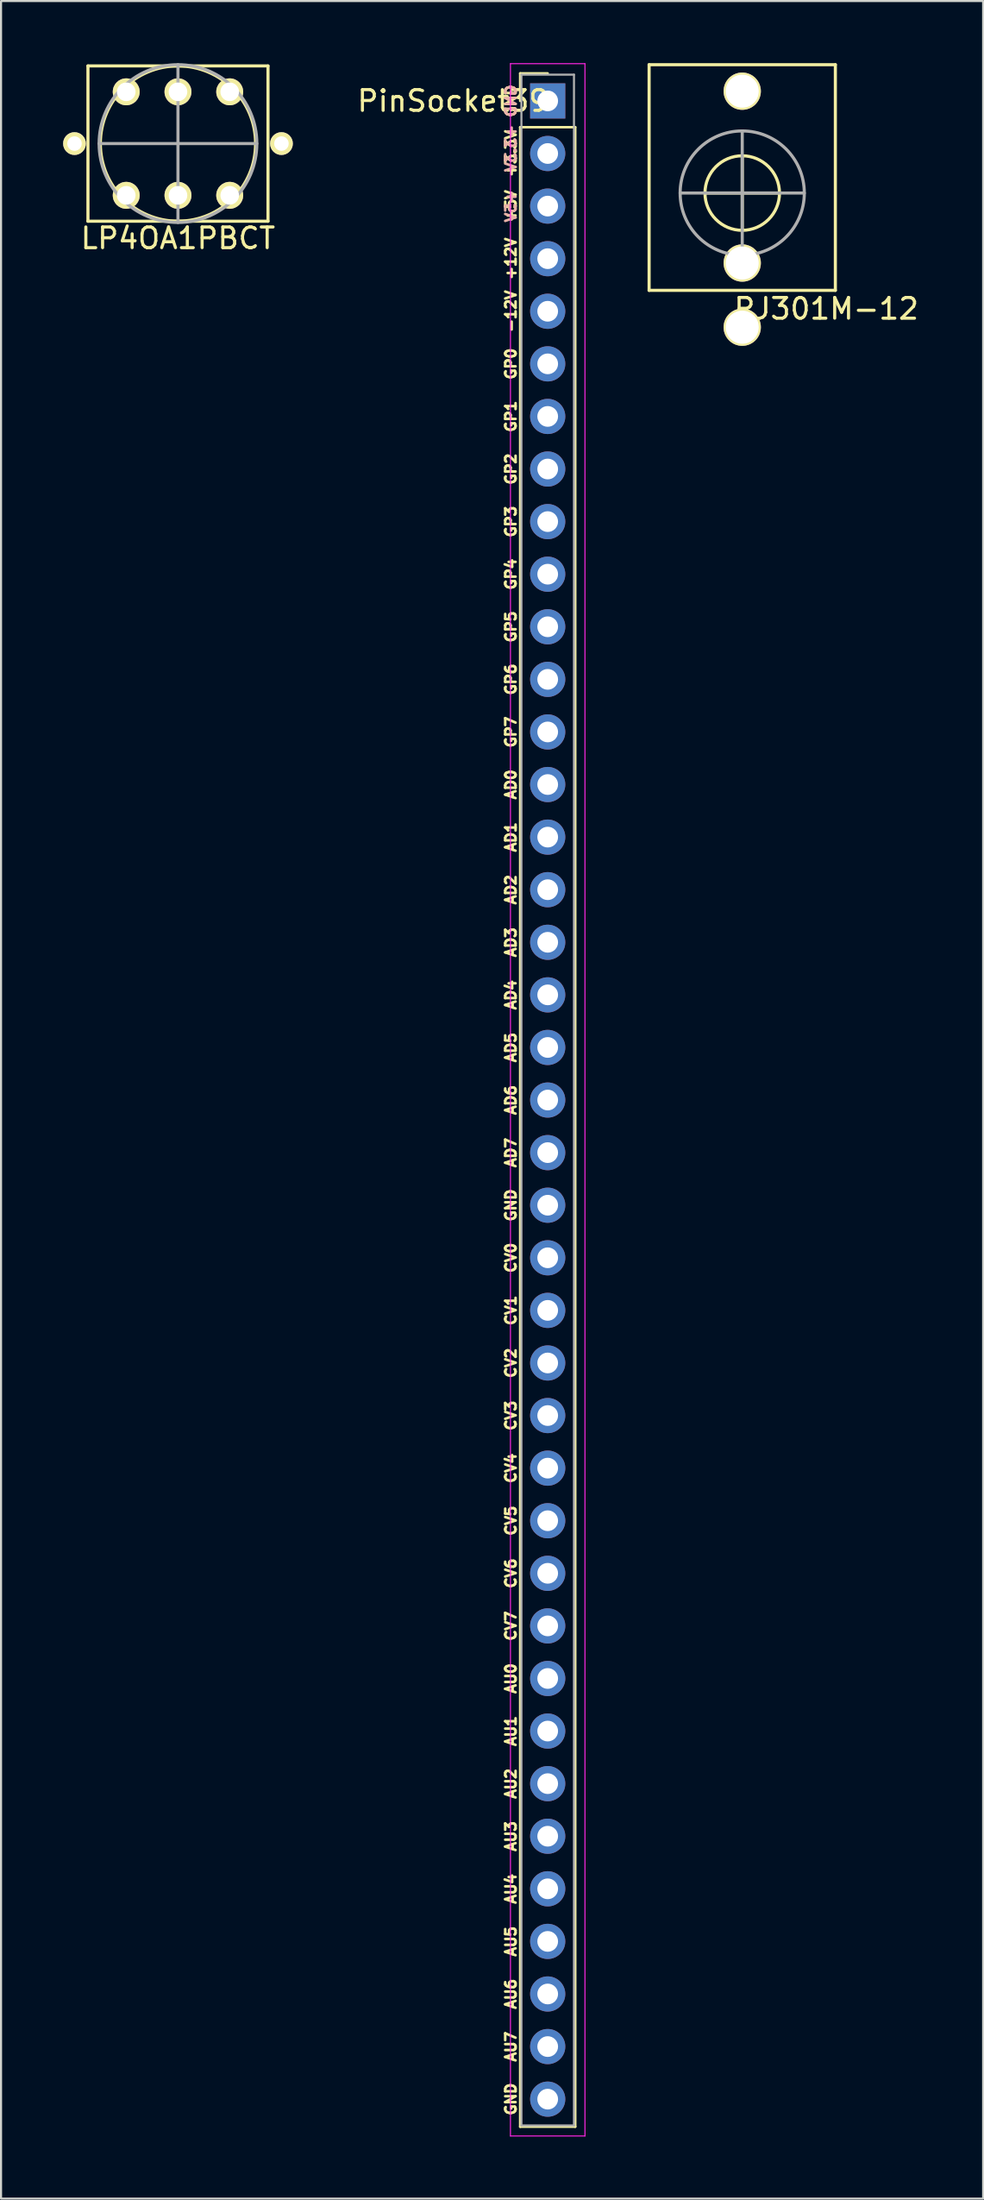
<source format=kicad_pcb>
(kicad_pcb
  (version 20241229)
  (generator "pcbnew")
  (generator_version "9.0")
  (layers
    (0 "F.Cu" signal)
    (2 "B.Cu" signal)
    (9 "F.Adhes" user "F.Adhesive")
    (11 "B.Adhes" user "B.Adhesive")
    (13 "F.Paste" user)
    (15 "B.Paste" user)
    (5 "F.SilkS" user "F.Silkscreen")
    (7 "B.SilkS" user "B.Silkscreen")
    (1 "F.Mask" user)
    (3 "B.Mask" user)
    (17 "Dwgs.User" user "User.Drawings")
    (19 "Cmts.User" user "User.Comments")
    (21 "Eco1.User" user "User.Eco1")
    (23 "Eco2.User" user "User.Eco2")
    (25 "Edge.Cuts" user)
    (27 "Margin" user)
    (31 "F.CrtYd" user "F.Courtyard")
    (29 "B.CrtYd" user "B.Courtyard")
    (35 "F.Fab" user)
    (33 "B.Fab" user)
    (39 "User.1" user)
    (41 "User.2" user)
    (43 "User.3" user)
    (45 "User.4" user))
  (footprint "PinSocket39"
    (layer "F.Cu")
    (at 23.416 1.825)
    (property "Reference" "PinSocket39" (at -4.572 0 0) (layer "F.SilkS") (effects (font (size 1 1) (thickness 0.15))))
    (attr through_hole)
    (fp_line (start -1.33 -1.33) (end 0 -1.33) (stroke (width 0.12) (type solid)) (layer "F.SilkS"))
    (fp_line (start -1.33 0) (end -1.33 -1.33) (stroke (width 0.12) (type solid)) (layer "F.SilkS"))
    (fp_line (start -1.33 1.27) (end -1.33 97.85) (stroke (width 0.12) (type solid)) (layer "F.SilkS"))
    (fp_line (start -1.33 97.85) (end 1.33 97.85) (stroke (width 0.12) (type solid)) (layer "F.SilkS"))
    (fp_line (start 1.33 1.27) (end -1.33 1.27) (stroke (width 0.12) (type solid)) (layer "F.SilkS"))
    (fp_line (start 1.33 97.85) (end 1.33 1.27) (stroke (width 0.12) (type solid)) (layer "F.SilkS"))
    (fp_line (start -1.8 -1.8) (end -1.8 98.3) (stroke (width 0.05) (type solid)) (layer "F.CrtYd"))
    (fp_line (start -1.8 98.3) (end 1.8 98.3) (stroke (width 0.05) (type solid)) (layer "F.CrtYd"))
    (fp_line (start 1.8 -1.8) (end -1.8 -1.8) (stroke (width 0.05) (type solid)) (layer "F.CrtYd"))
    (fp_line (start 1.8 98.3) (end 1.8 -1.8) (stroke (width 0.05) (type solid)) (layer "F.CrtYd"))
    (fp_line (start -1.27 -1.27) (end -1.27 97.79) (stroke (width 0.1) (type solid)) (layer "F.Fab"))
    (fp_line (start -1.27 97.79) (end 1.27 97.79) (stroke (width 0.1) (type solid)) (layer "F.Fab"))
    (fp_line (start 1.27 -1.27) (end -1.27 -1.27) (stroke (width 0.1) (type solid)) (layer "F.Fab"))
    (fp_line (start 1.27 97.79) (end 1.27 -1.27) (stroke (width 0.1) (type solid)) (layer "F.Fab"))
    (fp_text user "+3.3V" (at -1.778 2.54 270) (layer "F.SilkS") (effects (font (size 0.5 0.5) (thickness 0.125))))
    (fp_text user "CV6" (at -1.778 71.12 270) (layer "F.SilkS") (effects (font (size 0.5 0.5) (thickness 0.125))))
    (fp_text user "AD0" (at -1.778 33.02 270) (layer "F.SilkS") (effects (font (size 0.5 0.5) (thickness 0.125))))
    (fp_text user "CV4" (at -1.778 66.04 270) (layer "F.SilkS") (effects (font (size 0.5 0.5) (thickness 0.125))))
    (fp_text user "CV3" (at -1.778 63.5 270) (layer "F.SilkS") (effects (font (size 0.5 0.5) (thickness 0.125))))
    (fp_text user "AU6" (at -1.778 91.44 270) (layer "F.SilkS") (effects (font (size 0.5 0.5) (thickness 0.125))))
    (fp_text user "AD7" (at -1.778 50.8 270) (layer "F.SilkS") (effects (font (size 0.5 0.5) (thickness 0.125))))
    (fp_text user "GP0" (at -1.778 12.7 270) (layer "F.SilkS") (effects (font (size 0.5 0.5) (thickness 0.125))))
    (fp_text user "AU3" (at -1.778 83.82 270) (layer "F.SilkS") (effects (font (size 0.5 0.5) (thickness 0.125))))
    (fp_text user "CV2" (at -1.778 60.96 270) (layer "F.SilkS") (effects (font (size 0.5 0.5) (thickness 0.125))))
    (fp_text user "GP7" (at -1.778 30.48 270) (layer "F.SilkS") (effects (font (size 0.5 0.5) (thickness 0.125))))
    (fp_text user "AU2" (at -1.778 81.28 270) (layer "F.SilkS") (effects (font (size 0.5 0.5) (thickness 0.125))))
    (fp_text user "AD4" (at -1.778 43.18 270) (layer "F.SilkS") (effects (font (size 0.5 0.5) (thickness 0.125))))
    (fp_text user "+5V" (at -1.778 5.08 270) (layer "F.SilkS") (effects (font (size 0.5 0.5) (thickness 0.125))))
    (fp_text user "AU1" (at -1.778 78.74 270) (layer "F.SilkS") (effects (font (size 0.5 0.5) (thickness 0.125))))
    (fp_text user "GND" (at -1.778 96.52 270) (layer "F.SilkS") (effects (font (size 0.5 0.5) (thickness 0.125))))
    (fp_text user "AD5" (at -1.778 45.72 270) (layer "F.SilkS") (effects (font (size 0.5 0.5) (thickness 0.125))))
    (fp_text user "+12V" (at -1.778 7.62 270) (layer "F.SilkS") (effects (font (size 0.5 0.5) (thickness 0.125))))
    (fp_text user "CV1" (at -1.778 58.42 270) (layer "F.SilkS") (effects (font (size 0.5 0.5) (thickness 0.125))))
    (fp_text user "GND" (at -1.778 53.34 270) (layer "F.SilkS") (effects (font (size 0.5 0.5) (thickness 0.125))))
    (fp_text user "AU5" (at -1.778 88.9 270) (layer "F.SilkS") (effects (font (size 0.5 0.5) (thickness 0.125))))
    (fp_text user "CV0" (at -1.778 55.88 270) (layer "F.SilkS") (effects (font (size 0.5 0.5) (thickness 0.125))))
    (fp_text user "GND" (at -1.778 0 270) (layer "F.SilkS") (effects (font (size 0.5 0.5) (thickness 0.125))))
    (fp_text user "AU7" (at -1.778 93.98 270) (layer "F.SilkS") (effects (font (size 0.5 0.5) (thickness 0.125))))
    (fp_text user "-12V" (at -1.778 10.16 270) (layer "F.SilkS") (effects (font (size 0.5 0.5) (thickness 0.125))))
    (fp_text user "GP2" (at -1.778 17.78 270) (layer "F.SilkS") (effects (font (size 0.5 0.5) (thickness 0.125))))
    (fp_text user "GP4" (at -1.778 22.86 270) (layer "F.SilkS") (effects (font (size 0.5 0.5) (thickness 0.125))))
    (fp_text user "AD2" (at -1.778 38.1 270) (layer "F.SilkS") (effects (font (size 0.5 0.5) (thickness 0.125))))
    (fp_text user "GP6" (at -1.778 27.94 270) (layer "F.SilkS") (effects (font (size 0.5 0.5) (thickness 0.125))))
    (fp_text user "AD3" (at -1.778 40.64 270) (layer "F.SilkS") (effects (font (size 0.5 0.5) (thickness 0.125))))
    (fp_text user "GP5" (at -1.778 25.4 270) (layer "F.SilkS") (effects (font (size 0.5 0.5) (thickness 0.125))))
    (fp_text user "AU4" (at -1.778 86.36 270) (layer "F.SilkS") (effects (font (size 0.5 0.5) (thickness 0.125))))
    (fp_text user "AD6" (at -1.778 48.26 270) (layer "F.SilkS") (effects (font (size 0.5 0.5) (thickness 0.125))))
    (fp_text user "AD1" (at -1.778 35.56 270) (layer "F.SilkS") (effects (font (size 0.5 0.5) (thickness 0.125))))
    (fp_text user "AU0" (at -1.778 76.2 270) (layer "F.SilkS") (effects (font (size 0.5 0.5) (thickness 0.125))))
    (fp_text user "CV7" (at -1.778 73.66 270) (layer "F.SilkS") (effects (font (size 0.5 0.5) (thickness 0.125))))
    (fp_text user "CV5" (at -1.778 68.58 270) (layer "F.SilkS") (effects (font (size 0.5 0.5) (thickness 0.125))))
    (fp_text user "GP3" (at -1.778 20.32 270) (layer "F.SilkS") (effects (font (size 0.5 0.5) (thickness 0.125))))
    (fp_text user "GP1" (at -1.778 15.24 270) (layer "F.SilkS") (effects (font (size 0.5 0.5) (thickness 0.125))))
    (fp_text user "+3.3V" (at -1.778 2.286 270) (layer "B.SilkS") (effects (font (size 0.5 0.5) (thickness 0.125)) (justify mirror)))
    (fp_text user "+5V" (at -1.778 5.08 270) (layer "B.SilkS") (effects (font (size 0.5 0.5) (thickness 0.125)) (justify mirror)))
    (fp_text user "GND" (at -1.778 0 270) (layer "B.SilkS") (effects (font (size 0.5 0.5) (thickness 0.125)) (justify mirror)))
    (pad "1" thru_hole rect (at 0 0) (size 1.7 1.7) (drill 1) (layers "*.Cu" "*.Mask"))
    (pad "2" thru_hole oval (at 0 2.54) (size 1.7 1.7) (drill 1) (layers "*.Cu" "*.Mask"))
    (pad "3" thru_hole oval (at 0 5.08) (size 1.7 1.7) (drill 1) (layers "*.Cu" "*.Mask"))
    (pad "4" thru_hole oval (at 0 7.62) (size 1.7 1.7) (drill 1) (layers "*.Cu" "*.Mask"))
    (pad "5" thru_hole oval (at 0 10.16) (size 1.7 1.7) (drill 1) (layers "*.Cu" "*.Mask"))
    (pad "6" thru_hole oval (at 0 12.7) (size 1.7 1.7) (drill 1) (layers "*.Cu" "*.Mask"))
    (pad "7" thru_hole oval (at 0 15.24) (size 1.7 1.7) (drill 1) (layers "*.Cu" "*.Mask"))
    (pad "8" thru_hole oval (at 0 17.78) (size 1.7 1.7) (drill 1) (layers "*.Cu" "*.Mask"))
    (pad "9" thru_hole oval (at 0 20.32) (size 1.7 1.7) (drill 1) (layers "*.Cu" "*.Mask"))
    (pad "10" thru_hole oval (at 0 22.86) (size 1.7 1.7) (drill 1) (layers "*.Cu" "*.Mask"))
    (pad "11" thru_hole oval (at 0 25.4) (size 1.7 1.7) (drill 1) (layers "*.Cu" "*.Mask"))
    (pad "12" thru_hole oval (at 0 27.94) (size 1.7 1.7) (drill 1) (layers "*.Cu" "*.Mask"))
    (pad "13" thru_hole oval (at 0 30.48) (size 1.7 1.7) (drill 1) (layers "*.Cu" "*.Mask"))
    (pad "14" thru_hole oval (at 0 33.02) (size 1.7 1.7) (drill 1) (layers "*.Cu" "*.Mask"))
    (pad "15" thru_hole oval (at 0 35.56) (size 1.7 1.7) (drill 1) (layers "*.Cu" "*.Mask"))
    (pad "16" thru_hole oval (at 0 38.1) (size 1.7 1.7) (drill 1) (layers "*.Cu" "*.Mask"))
    (pad "17" thru_hole oval (at 0 40.64) (size 1.7 1.7) (drill 1) (layers "*.Cu" "*.Mask"))
    (pad "18" thru_hole oval (at 0 43.18) (size 1.7 1.7) (drill 1) (layers "*.Cu" "*.Mask"))
    (pad "19" thru_hole oval (at 0 45.72) (size 1.7 1.7) (drill 1) (layers "*.Cu" "*.Mask"))
    (pad "20" thru_hole oval (at 0 48.26) (size 1.7 1.7) (drill 1) (layers "*.Cu" "*.Mask"))
    (pad "21" thru_hole oval (at 0 50.8) (size 1.7 1.7) (drill 1) (layers "*.Cu" "*.Mask"))
    (pad "22" thru_hole oval (at 0 53.34) (size 1.7 1.7) (drill 1) (layers "*.Cu" "*.Mask"))
    (pad "23" thru_hole oval (at 0 55.88) (size 1.7 1.7) (drill 1) (layers "*.Cu" "*.Mask"))
    (pad "24" thru_hole oval (at 0 58.42) (size 1.7 1.7) (drill 1) (layers "*.Cu" "*.Mask"))
    (pad "25" thru_hole oval (at 0 60.96) (size 1.7 1.7) (drill 1) (layers "*.Cu" "*.Mask"))
    (pad "26" thru_hole oval (at 0 63.5) (size 1.7 1.7) (drill 1) (layers "*.Cu" "*.Mask"))
    (pad "27" thru_hole oval (at 0 66.04) (size 1.7 1.7) (drill 1) (layers "*.Cu" "*.Mask"))
    (pad "28" thru_hole oval (at 0 68.58) (size 1.7 1.7) (drill 1) (layers "*.Cu" "*.Mask"))
    (pad "29" thru_hole oval (at 0 71.12) (size 1.7 1.7) (drill 1) (layers "*.Cu" "*.Mask"))
    (pad "30" thru_hole oval (at 0 73.66) (size 1.7 1.7) (drill 1) (layers "*.Cu" "*.Mask"))
    (pad "31" thru_hole oval (at 0 76.2) (size 1.7 1.7) (drill 1) (layers "*.Cu" "*.Mask"))
    (pad "32" thru_hole oval (at 0 78.74) (size 1.7 1.7) (drill 1) (layers "*.Cu" "*.Mask"))
    (pad "33" thru_hole oval (at 0 81.28) (size 1.7 1.7) (drill 1) (layers "*.Cu" "*.Mask"))
    (pad "34" thru_hole oval (at 0 83.82) (size 1.7 1.7) (drill 1) (layers "*.Cu" "*.Mask"))
    (pad "35" thru_hole oval (at 0 86.36) (size 1.7 1.7) (drill 1) (layers "*.Cu" "*.Mask"))
    (pad "36" thru_hole oval (at 0 88.9) (size 1.7 1.7) (drill 1) (layers "*.Cu" "*.Mask"))
    (pad "37" thru_hole oval (at 0 91.44) (size 1.7 1.7) (drill 1) (layers "*.Cu" "*.Mask"))
    (pad "38" thru_hole oval (at 0 93.98) (size 1.7 1.7) (drill 1) (layers "*.Cu" "*.Mask"))
    (pad "39" thru_hole oval (at 0 96.52) (size 1.7 1.7) (drill 1) (layers "*.Cu" "*.Mask")))
  (footprint "PJ301M-12"
    (layer "F.Cu")
    (at 32.816 6.275)
    (property "Reference" "PJ301M-12" (at 4.064 5.588 0) (layer "F.SilkS") (effects (font (size 1 1) (thickness 0.15))))
    (attr through_hole)
    (fp_line (start -4.5 -6.2) (end -4.5 4.7) (stroke (width 0.15) (type solid)) (layer "F.SilkS"))
    (fp_line (start -4.5 -6.2) (end 4.5 -6.2) (stroke (width 0.15) (type solid)) (layer "F.SilkS"))
    (fp_line (start -4.5 4.7) (end 4.5 4.7) (stroke (width 0.15) (type solid)) (layer "F.SilkS"))
    (fp_line (start -1.8 0) (end 1.8 0) (stroke (width 0.15) (type solid)) (layer "F.SilkS"))
    (fp_line (start 0 -1.8) (end 0 1.8) (stroke (width 0.15) (type solid)) (layer "F.SilkS"))
    (fp_line (start 4.5 -6.2) (end 4.5 4.7) (stroke (width 0.15) (type solid)) (layer "F.SilkS"))
    (fp_circle (center 0 0) (end 1.8 0) (stroke (width 0.15) (type solid)) (fill no) (layer "F.SilkS"))
    (fp_line (start -3 0) (end 3 0) (stroke (width 0.15) (type solid)) (layer "F.Fab"))
    (fp_line (start 0 3) (end 0 -3) (stroke (width 0.15) (type solid)) (layer "F.Fab"))
    (fp_circle (center 0 0) (end -3 0) (stroke (width 0.15) (type solid)) (fill no) (layer "F.Fab"))
    (pad "1" thru_hole circle (at 0 6.48) (size 1.8 1.8) (drill 1.6) (layers "*.Cu" "*.Mask" "F.SilkS"))
    (pad "2" thru_hole circle (at 0 3.38) (size 1.8 1.8) (drill 1.6) (layers "*.Cu" "*.Mask" "F.SilkS"))
    (pad "3" thru_hole circle (at 0 -4.92) (size 1.8 1.8) (drill 1.6) (layers "*.Cu" "*.Mask" "F.SilkS")))
  (footprint "LP4OA1PBCT"
    (layer "F.Cu")
    (at 5.55 3.885)
    (property "Reference" "LP4OA1PBCT" (at 0 4.572 0) (layer "F.SilkS") (effects (font (size 1 1) (thickness 0.15))))
    (attr through_hole)
    (fp_line (start -4.35 -3.75) (end -4.35 3.75) (stroke (width 0.15) (type solid)) (layer "F.SilkS"))
    (fp_line (start -4.35 -3.75) (end 4.35 -3.75) (stroke (width 0.15) (type solid)) (layer "F.SilkS"))
    (fp_line (start -4.35 3.75) (end 4.35 3.75) (stroke (width 0.15) (type solid)) (layer "F.SilkS"))
    (fp_line (start 4.35 -3.75) (end 4.35 3.75) (stroke (width 0.15) (type solid)) (layer "F.SilkS"))
    (fp_circle (center 0 0) (end 3.75 0) (stroke (width 0.15) (type solid)) (fill no) (layer "F.SilkS"))
    (fp_line (start -3.81 0) (end 3.81 0) (stroke (width 0.15) (type solid)) (layer "F.Fab"))
    (fp_line (start 0 -3.81) (end 0 3.81) (stroke (width 0.15) (type solid)) (layer "F.Fab"))
    (fp_circle (center 0 0) (end 3.81 0) (stroke (width 0.15) (type solid)) (fill no) (layer "F.Fab"))
    (pad "1" thru_hole circle (at 2.5 -2.5) (size 1.3 1.3) (drill 0.9) (layers "*.Cu" "*.Mask" "F.SilkS"))
    (pad "2" thru_hole circle (at 0 -2.5) (size 1.3 1.3) (drill 0.9) (layers "*.Cu" "*.Mask" "F.SilkS"))
    (pad "3" thru_hole circle (at -2.5 -2.5) (size 1.3 1.3) (drill 0.9) (layers "*.Cu" "*.Mask" "F.SilkS"))
    (pad "4" thru_hole circle (at 2.5 2.5) (size 1.3 1.3) (drill 0.9) (layers "*.Cu" "*.Mask" "F.SilkS"))
    (pad "5" thru_hole circle (at 0 2.5) (size 1.3 1.3) (drill 0.9) (layers "*.Cu" "*.Mask" "F.SilkS"))
    (pad "6" thru_hole circle (at -2.5 2.5) (size 1.3 1.3) (drill 0.9) (layers "*.Cu" "*.Mask" "F.SilkS"))
    (pad "L1" thru_hole circle (at 5 0) (size 1.1 1.1) (drill 0.7) (layers "*.Cu" "*.Mask" "F.SilkS"))
    (pad "L2" thru_hole circle (at -5 0) (size 1.1 1.1) (drill 0.7) (layers "*.Cu" "*.Mask" "F.SilkS")))
  (gr_rect
    (start -3 -3)
    (end 44.457 103.15)
    (stroke (width 0.1) (type default))
    (fill no)
    (layer "Edge.Cuts")))
</source>
